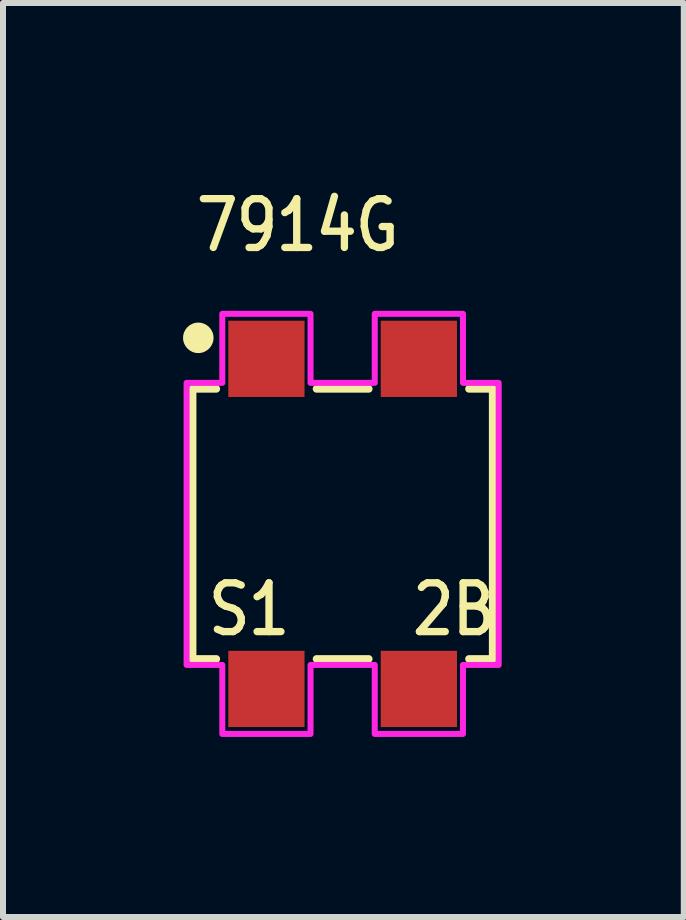
<source format=kicad_pcb>
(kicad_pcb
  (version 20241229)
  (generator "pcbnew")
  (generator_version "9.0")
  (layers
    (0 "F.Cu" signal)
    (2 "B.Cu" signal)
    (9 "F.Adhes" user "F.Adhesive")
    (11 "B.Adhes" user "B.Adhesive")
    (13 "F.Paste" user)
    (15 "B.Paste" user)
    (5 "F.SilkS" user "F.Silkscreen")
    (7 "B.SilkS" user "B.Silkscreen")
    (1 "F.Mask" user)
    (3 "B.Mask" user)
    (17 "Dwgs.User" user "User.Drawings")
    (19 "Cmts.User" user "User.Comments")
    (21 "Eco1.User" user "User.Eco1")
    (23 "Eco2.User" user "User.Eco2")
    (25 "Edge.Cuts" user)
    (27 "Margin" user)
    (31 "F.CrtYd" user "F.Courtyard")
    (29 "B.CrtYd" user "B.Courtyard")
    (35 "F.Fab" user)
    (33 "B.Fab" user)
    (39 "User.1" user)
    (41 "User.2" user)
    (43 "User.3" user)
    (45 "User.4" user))
  (footprint "7914G"
    (layer "F.Cu")
    (at 2.659 5.679)
    (property "Reference" "7914G" (at -2.5 -4.5 0) (unlocked yes) (layer "F.SilkS") (effects (font (size 0.813 0.695) (thickness 0.122)) (justify left bottom)))
    (fp_line (start -2.5 -2.25) (end -2.5 2.25) (stroke (width 0.127) (type solid)) (layer "F.SilkS"))
    (fp_line (start -2.5 2.25) (end -2.105 2.25) (stroke (width 0.127) (type solid)) (layer "F.SilkS"))
    (fp_line (start -2.105 -2.25) (end -2.5 -2.25) (stroke (width 0.127) (type solid)) (layer "F.SilkS"))
    (fp_line (start -0.435 2.25) (end 0.435 2.25) (stroke (width 0.127) (type solid)) (layer "F.SilkS"))
    (fp_line (start 0.435 -2.25) (end -0.435 -2.25) (stroke (width 0.127) (type solid)) (layer "F.SilkS"))
    (fp_line (start 2.105 2.25) (end 2.5 2.25) (stroke (width 0.127) (type solid)) (layer "F.SilkS"))
    (fp_line (start 2.5 -2.25) (end 2.105 -2.25) (stroke (width 0.127) (type solid)) (layer "F.SilkS"))
    (fp_line (start 2.5 2.25) (end 2.5 -2.25) (stroke (width 0.127) (type solid)) (layer "F.SilkS"))
    (fp_circle (center -2.405 -3.1) (end -2.151 -3.1) (stroke (width 0) (type solid)) (fill yes) (layer "F.SilkS"))
    (fp_poly (pts (xy -2.6 -2.35) (xy -2.005 -2.35) (xy -2.005 -3.5) (xy -0.535 -3.5) (xy -0.535 -2.35) (xy 0.535 -2.35) (xy 0.535 -3.5) (xy 2.005 -3.5) (xy 2.005 -2.35) (xy 2.6 -2.35) (xy 2.6 2.35) (xy 2.005 2.35) (xy 2.005 3.5) (xy 0.535 3.5) (xy 0.535 2.35) (xy -0.535 2.35) (xy -0.535 3.5) (xy -2.005 3.5) (xy -2.005 2.35) (xy -2.6 2.35)) (stroke (width 0.1) (type solid)) (fill no) (layer "F.CrtYd"))
    (fp_text user "S1" (at -2.3 1.9 0) (unlocked yes) (layer "F.SilkS") (effects (font (size 0.813 0.695) (thickness 0.122)) (justify left bottom)))
    (fp_text user "2B" (at 1.1 1.9 0) (unlocked yes) (layer "F.SilkS") (effects (font (size 0.813 0.695) (thickness 0.122)) (justify left bottom)))
    (pad "1" smd rect (at -1.27 -2.75) (size 1.27 1.27) (layers "F.Cu" "F.Mask" "F.Paste"))
    (pad "2" smd rect (at -1.27 2.75) (size 1.27 1.27) (layers "F.Cu" "F.Mask" "F.Paste"))
    (pad "3" smd rect (at 1.27 2.75) (size 1.27 1.27) (layers "F.Cu" "F.Mask" "F.Paste"))
    (pad "4" smd rect (at 1.27 -2.75) (size 1.27 1.27) (layers "F.Cu" "F.Mask" "F.Paste")))
  (gr_rect
    (start -3 -3)
    (end 8.343 12.229)
    (stroke (width 0.1) (type default))
    (fill no)
    (layer "Edge.Cuts")))
</source>
